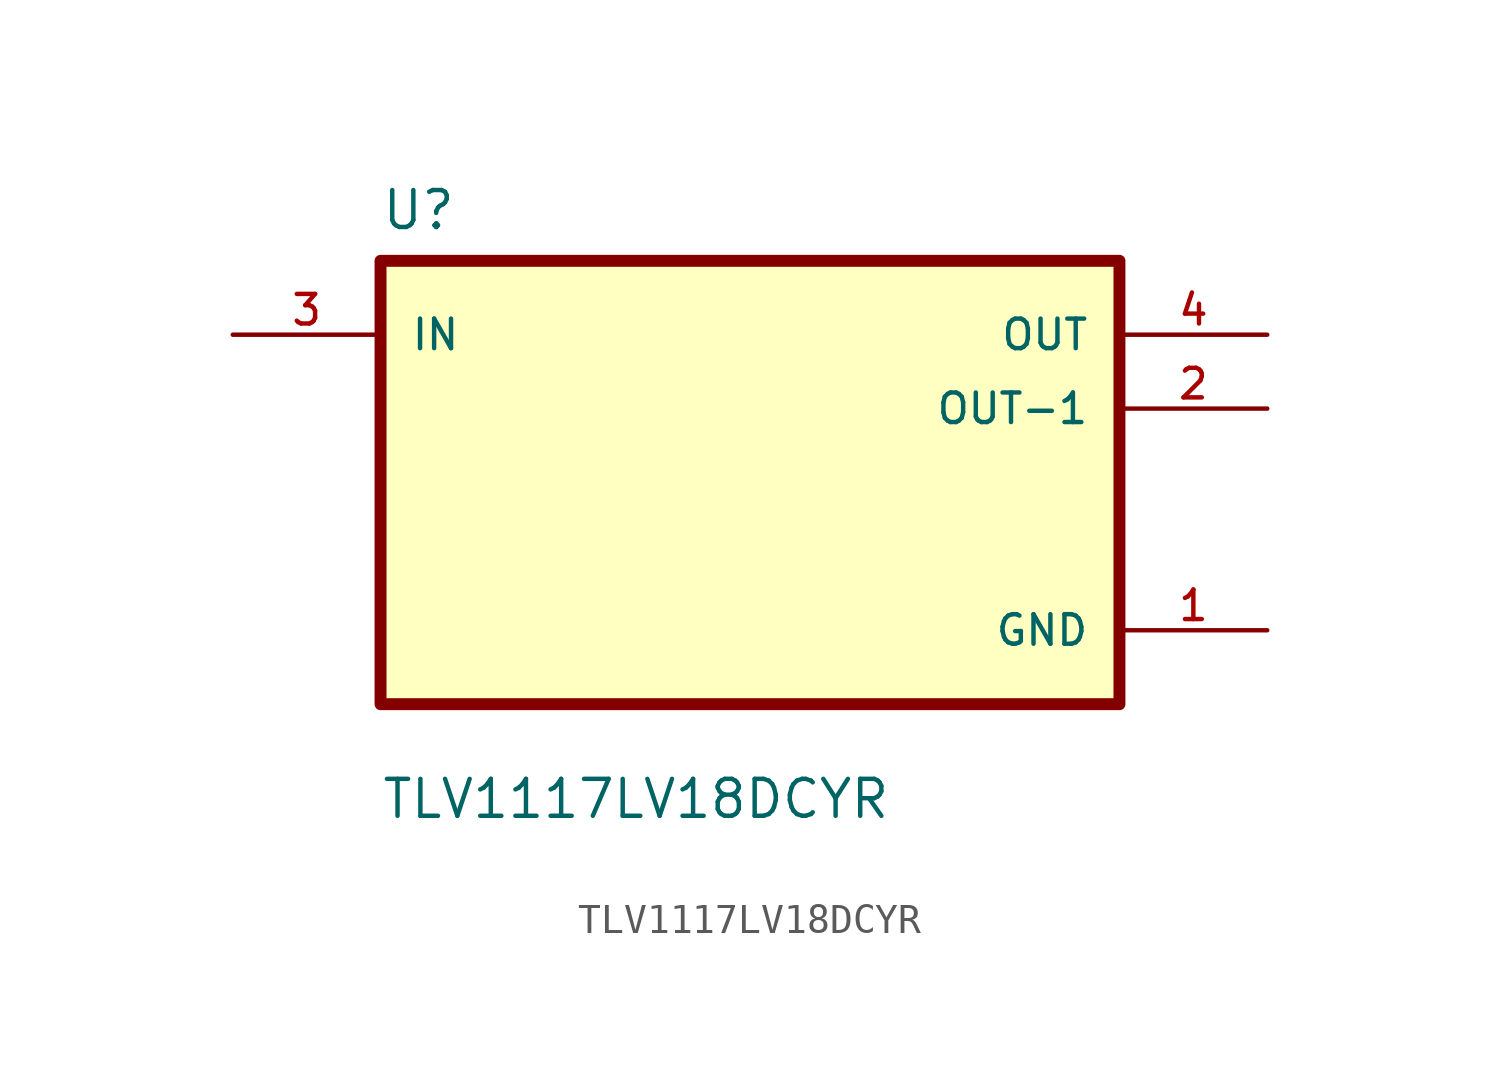
<source format=kicad_sym>
(kicad_symbol_lib
  (version 20211014)
  (generator kicad_symbol_editor)
  (symbol "TLV1117LV18DCYR"
    (pin_names
      (offset 1.016))
    (property "Reference" "U"
      (at -12.7 8.62 0.0)
      (effects (font (size 1.27 1.27)) (justify bottom left)))
    (property "Value" "TLV1117LV18DCYR"
      (at -12.7 -11.62 0.0)
      (effects (font (size 1.27 1.27)) (justify bottom left)))
    (symbol "TLV1117LV18DCYR_0_0"
      (rectangle (start -12.7 -7.62) (end 12.7 7.62) (stroke (width 0.41)) (fill (type background)))
      (pin input line (at -17.78 5.08 0) (length 5.08) (name "IN" (effects (font (size 1.016 1.016)))) (number "3" (effects (font (size 1.016 1.016)))))
      (pin output line (at 17.78 5.08 180.0) (length 5.08) (name "OUT" (effects (font (size 1.016 1.016)))) (number "4" (effects (font (size 1.016 1.016)))))
      (pin output line (at 17.78 2.54 180.0) (length 5.08) (name "OUT-1" (effects (font (size 1.016 1.016)))) (number "2" (effects (font (size 1.016 1.016)))))
      (pin power_in line (at 17.78 -5.08 180.0) (length 5.08) (name "GND" (effects (font (size 1.016 1.016)))) (number "1" (effects (font (size 1.016 1.016))))))))
</source>
